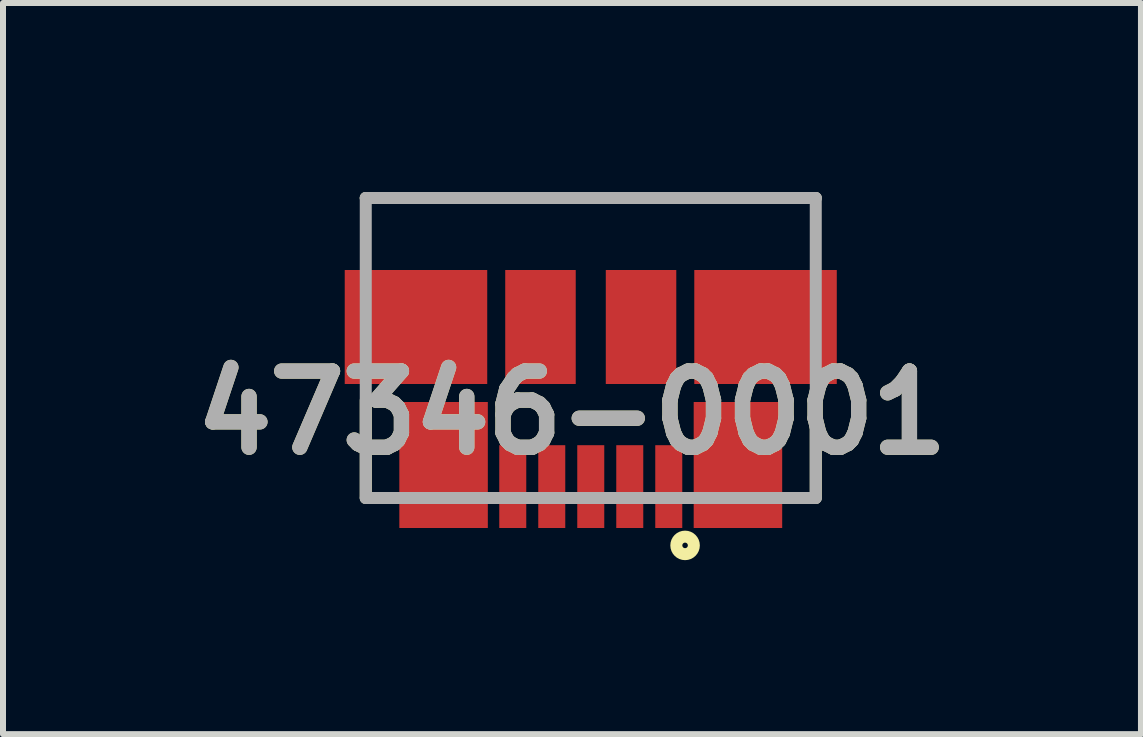
<source format=kicad_pcb>
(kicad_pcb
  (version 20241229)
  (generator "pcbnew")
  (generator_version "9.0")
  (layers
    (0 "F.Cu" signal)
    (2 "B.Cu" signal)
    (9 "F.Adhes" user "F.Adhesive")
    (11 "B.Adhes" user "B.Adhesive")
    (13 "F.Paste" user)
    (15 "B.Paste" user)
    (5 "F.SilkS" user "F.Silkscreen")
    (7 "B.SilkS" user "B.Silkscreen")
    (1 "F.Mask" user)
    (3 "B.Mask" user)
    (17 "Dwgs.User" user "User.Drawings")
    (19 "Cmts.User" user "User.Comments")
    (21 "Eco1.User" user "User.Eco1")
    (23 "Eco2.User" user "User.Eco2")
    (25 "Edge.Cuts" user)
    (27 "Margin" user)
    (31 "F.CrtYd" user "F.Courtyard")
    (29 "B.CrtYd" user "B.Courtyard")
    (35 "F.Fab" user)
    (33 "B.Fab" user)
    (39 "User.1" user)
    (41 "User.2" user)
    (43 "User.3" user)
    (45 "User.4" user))
  (footprint "47346-0001"
    (layer "F.Cu")
    (at 6.796 0.25)
    (property "Reference" "47346-0001" (at -0.313 3.58 0) (layer "F.SilkS") (effects (font (size 1.27 1.27) (thickness 0.254))))
    (attr smd)
    (fp_line (start -3.75 0) (end 3.75 0) (stroke (width 0.2) (type solid)) (layer "F.SilkS"))
    (fp_line (start -3.75 5) (end -3.75 3.373) (stroke (width 0.2) (type solid)) (layer "F.SilkS"))
    (fp_line (start 3.75 5) (end 3.75 3.373) (stroke (width 0.2) (type solid)) (layer "F.SilkS"))
    (fp_circle (center 1.572 5.79) (end 1.572 5.836) (stroke (width 0.2) (type solid)) (fill no) (layer "F.SilkS"))
    (fp_line (start -3.75 0) (end 3.75 0) (stroke (width 0.2) (type solid)) (layer "F.Fab"))
    (fp_line (start -3.75 5) (end -3.75 0) (stroke (width 0.2) (type solid)) (layer "F.Fab"))
    (fp_line (start 3.75 0) (end 3.75 5) (stroke (width 0.2) (type solid)) (layer "F.Fab"))
    (fp_line (start 3.75 5) (end -3.75 5) (stroke (width 0.2) (type solid)) (layer "F.Fab"))
    (fp_text user "${REFERENCE}" (at -0.313 3.58 0) (layer "F.Fab") (effects (font (size 1.27 1.27) (thickness 0.254))))
    (pad "1" smd rect (at 1.3 4.81) (size 0.45 1.38) (layers "F.Cu" "F.Mask" "F.Paste"))
    (pad "2" smd rect (at 0.65 4.81) (size 0.45 1.38) (layers "F.Cu" "F.Mask" "F.Paste"))
    (pad "3" smd rect (at 0 4.81) (size 0.45 1.38) (layers "F.Cu" "F.Mask" "F.Paste"))
    (pad "4" smd rect (at -0.65 4.81) (size 0.45 1.38) (layers "F.Cu" "F.Mask" "F.Paste"))
    (pad "5" smd rect (at -1.3 4.81) (size 0.45 1.38) (layers "F.Cu" "F.Mask" "F.Paste"))
    (pad "6" smd rect (at -2.453 4.45) (size 1.475 2.1) (layers "F.Cu" "F.Mask" "F.Paste"))
    (pad "7" smd rect (at 2.453 4.45) (size 1.475 2.1) (layers "F.Cu" "F.Mask" "F.Paste"))
    (pad "8" smd rect (at 0.838 2.15) (size 1.175 1.9) (layers "F.Cu" "F.Mask" "F.Paste"))
    (pad "9" smd rect (at -0.838 2.15) (size 1.175 1.9) (layers "F.Cu" "F.Mask" "F.Paste"))
    (pad "10" smd rect (at 2.913 2.15 90) (size 1.9 2.375) (layers "F.Cu" "F.Mask" "F.Paste"))
    (pad "11" smd rect (at -2.913 2.15 90) (size 1.9 2.375) (layers "F.Cu" "F.Mask" "F.Paste")))
  (gr_rect
    (start -3 -3)
    (end 15.966 9.186)
    (stroke (width 0.1) (type default))
    (fill no)
    (layer "Edge.Cuts")))
</source>
